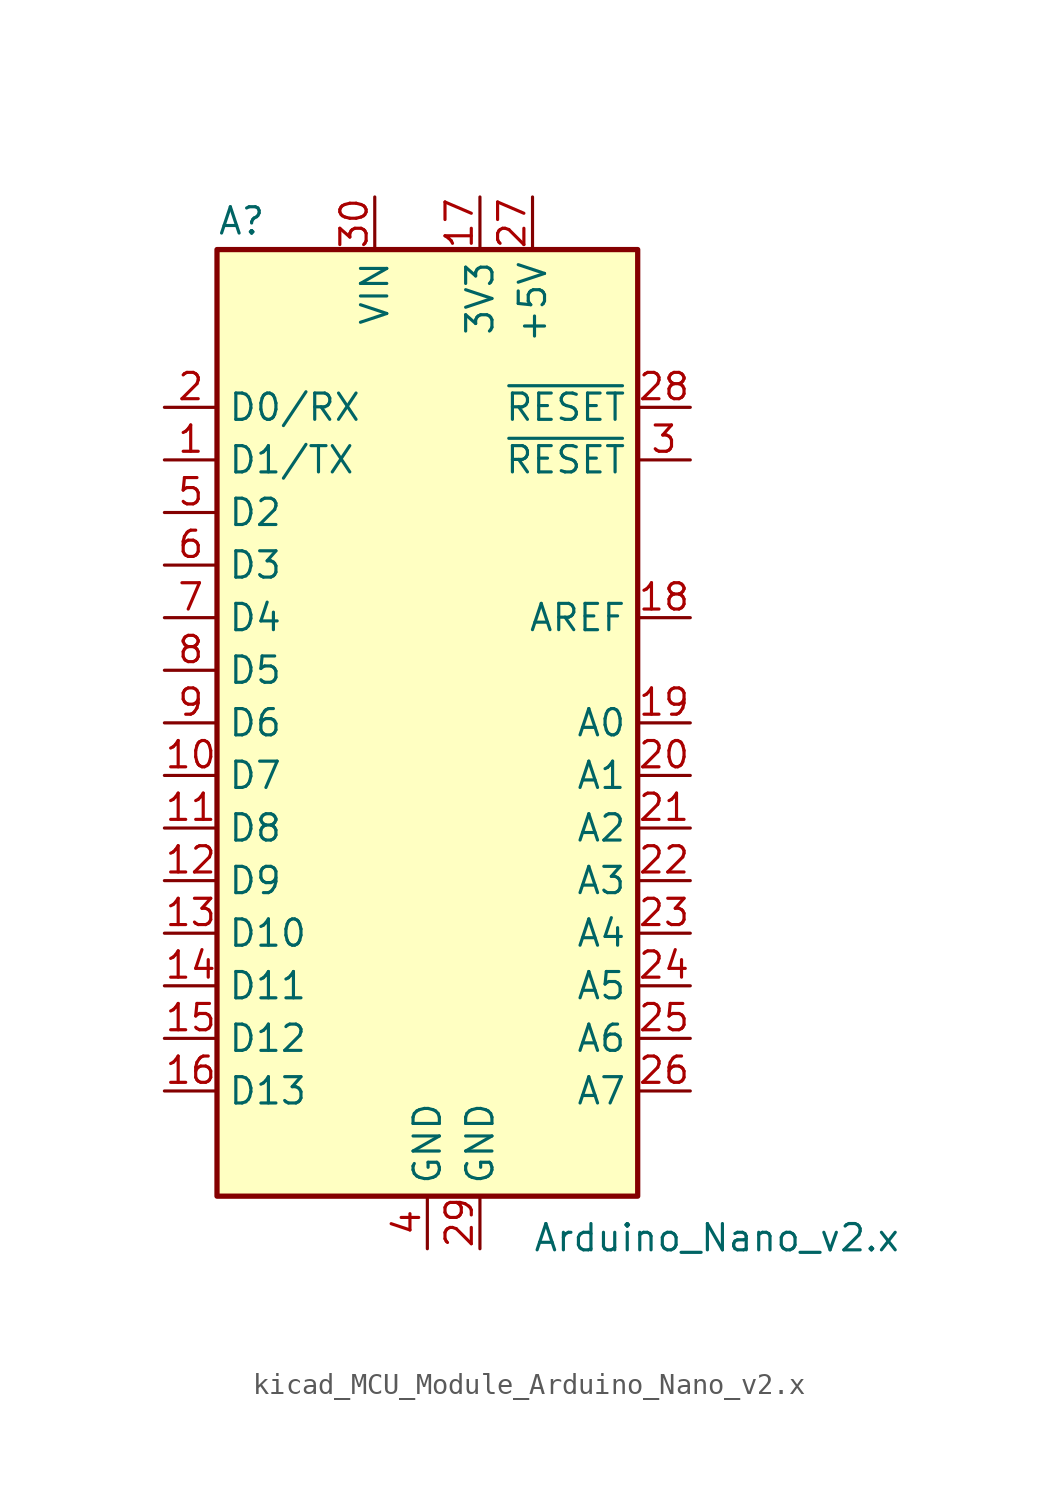
<source format=kicad_sym>
(kicad_symbol_lib
  (version 20220914)
  (generator kicad_symbol_editor)
  (symbol "kicad_MCU_Module_Arduino_Nano_v2.x"
    (property "Reference" "A"
      (at -10.16 23.495 0)
      (effects (font (size 1.27 1.27)) (justify left bottom)))
    (property "Value" "Arduino_Nano_v2.x"
      (at 5.08 -24.13 0)
      (effects (font (size 1.27 1.27)) (justify left top)))
    (symbol "kicad_MCU_Module_Arduino_Nano_v2.x_0_1"
      (rectangle (start -10.16 22.86) (end 10.16 -22.86) (stroke (width 0.254) (type default)) (fill (type background))))
    (symbol "kicad_MCU_Module_Arduino_Nano_v2.x_1_1"
      (pin bidirectional line (at -12.7 12.7 0) (length 2.54) (name "D1/TX" (effects (font (size 1.27 1.27)))) (number "1" (effects (font (size 1.27 1.27)))))
      (pin bidirectional line (at -12.7 -2.54 0) (length 2.54) (name "D7" (effects (font (size 1.27 1.27)))) (number "10" (effects (font (size 1.27 1.27)))))
      (pin bidirectional line (at -12.7 -5.08 0) (length 2.54) (name "D8" (effects (font (size 1.27 1.27)))) (number "11" (effects (font (size 1.27 1.27)))))
      (pin bidirectional line (at -12.7 -7.62 0) (length 2.54) (name "D9" (effects (font (size 1.27 1.27)))) (number "12" (effects (font (size 1.27 1.27)))))
      (pin bidirectional line (at -12.7 -10.16 0) (length 2.54) (name "D10" (effects (font (size 1.27 1.27)))) (number "13" (effects (font (size 1.27 1.27)))))
      (pin bidirectional line (at -12.7 -12.7 0) (length 2.54) (name "D11" (effects (font (size 1.27 1.27)))) (number "14" (effects (font (size 1.27 1.27)))))
      (pin bidirectional line (at -12.7 -15.24 0) (length 2.54) (name "D12" (effects (font (size 1.27 1.27)))) (number "15" (effects (font (size 1.27 1.27)))))
      (pin bidirectional line (at -12.7 -17.78 0) (length 2.54) (name "D13" (effects (font (size 1.27 1.27)))) (number "16" (effects (font (size 1.27 1.27)))))
      (pin power_out line (at 2.54 25.4 270) (length 2.54) (name "3V3" (effects (font (size 1.27 1.27)))) (number "17" (effects (font (size 1.27 1.27)))))
      (pin input line (at 12.7 5.08 180) (length 2.54) (name "AREF" (effects (font (size 1.27 1.27)))) (number "18" (effects (font (size 1.27 1.27)))))
      (pin bidirectional line (at 12.7 0 180) (length 2.54) (name "A0" (effects (font (size 1.27 1.27)))) (number "19" (effects (font (size 1.27 1.27)))))
      (pin bidirectional line (at -12.7 15.24 0) (length 2.54) (name "D0/RX" (effects (font (size 1.27 1.27)))) (number "2" (effects (font (size 1.27 1.27)))))
      (pin bidirectional line (at 12.7 -2.54 180) (length 2.54) (name "A1" (effects (font (size 1.27 1.27)))) (number "20" (effects (font (size 1.27 1.27)))))
      (pin bidirectional line (at 12.7 -5.08 180) (length 2.54) (name "A2" (effects (font (size 1.27 1.27)))) (number "21" (effects (font (size 1.27 1.27)))))
      (pin bidirectional line (at 12.7 -7.62 180) (length 2.54) (name "A3" (effects (font (size 1.27 1.27)))) (number "22" (effects (font (size 1.27 1.27)))))
      (pin bidirectional line (at 12.7 -10.16 180) (length 2.54) (name "A4" (effects (font (size 1.27 1.27)))) (number "23" (effects (font (size 1.27 1.27)))))
      (pin bidirectional line (at 12.7 -12.7 180) (length 2.54) (name "A5" (effects (font (size 1.27 1.27)))) (number "24" (effects (font (size 1.27 1.27)))))
      (pin bidirectional line (at 12.7 -15.24 180) (length 2.54) (name "A6" (effects (font (size 1.27 1.27)))) (number "25" (effects (font (size 1.27 1.27)))))
      (pin bidirectional line (at 12.7 -17.78 180) (length 2.54) (name "A7" (effects (font (size 1.27 1.27)))) (number "26" (effects (font (size 1.27 1.27)))))
      (pin power_out line (at 5.08 25.4 270) (length 2.54) (name "+5V" (effects (font (size 1.27 1.27)))) (number "27" (effects (font (size 1.27 1.27)))))
      (pin input line (at 12.7 15.24 180) (length 2.54) (name "~{RESET}" (effects (font (size 1.27 1.27)))) (number "28" (effects (font (size 1.27 1.27)))))
      (pin power_in line (at 2.54 -25.4 90) (length 2.54) (name "GND" (effects (font (size 1.27 1.27)))) (number "29" (effects (font (size 1.27 1.27)))))
      (pin input line (at 12.7 12.7 180) (length 2.54) (name "~{RESET}" (effects (font (size 1.27 1.27)))) (number "3" (effects (font (size 1.27 1.27)))))
      (pin power_in line (at -2.54 25.4 270) (length 2.54) (name "VIN" (effects (font (size 1.27 1.27)))) (number "30" (effects (font (size 1.27 1.27)))))
      (pin power_in line (at 0 -25.4 90) (length 2.54) (name "GND" (effects (font (size 1.27 1.27)))) (number "4" (effects (font (size 1.27 1.27)))))
      (pin bidirectional line (at -12.7 10.16 0) (length 2.54) (name "D2" (effects (font (size 1.27 1.27)))) (number "5" (effects (font (size 1.27 1.27)))))
      (pin bidirectional line (at -12.7 7.62 0) (length 2.54) (name "D3" (effects (font (size 1.27 1.27)))) (number "6" (effects (font (size 1.27 1.27)))))
      (pin bidirectional line (at -12.7 5.08 0) (length 2.54) (name "D4" (effects (font (size 1.27 1.27)))) (number "7" (effects (font (size 1.27 1.27)))))
      (pin bidirectional line (at -12.7 2.54 0) (length 2.54) (name "D5" (effects (font (size 1.27 1.27)))) (number "8" (effects (font (size 1.27 1.27)))))
      (pin bidirectional line (at -12.7 0 0) (length 2.54) (name "D6" (effects (font (size 1.27 1.27)))) (number "9" (effects (font (size 1.27 1.27))))))))
</source>
